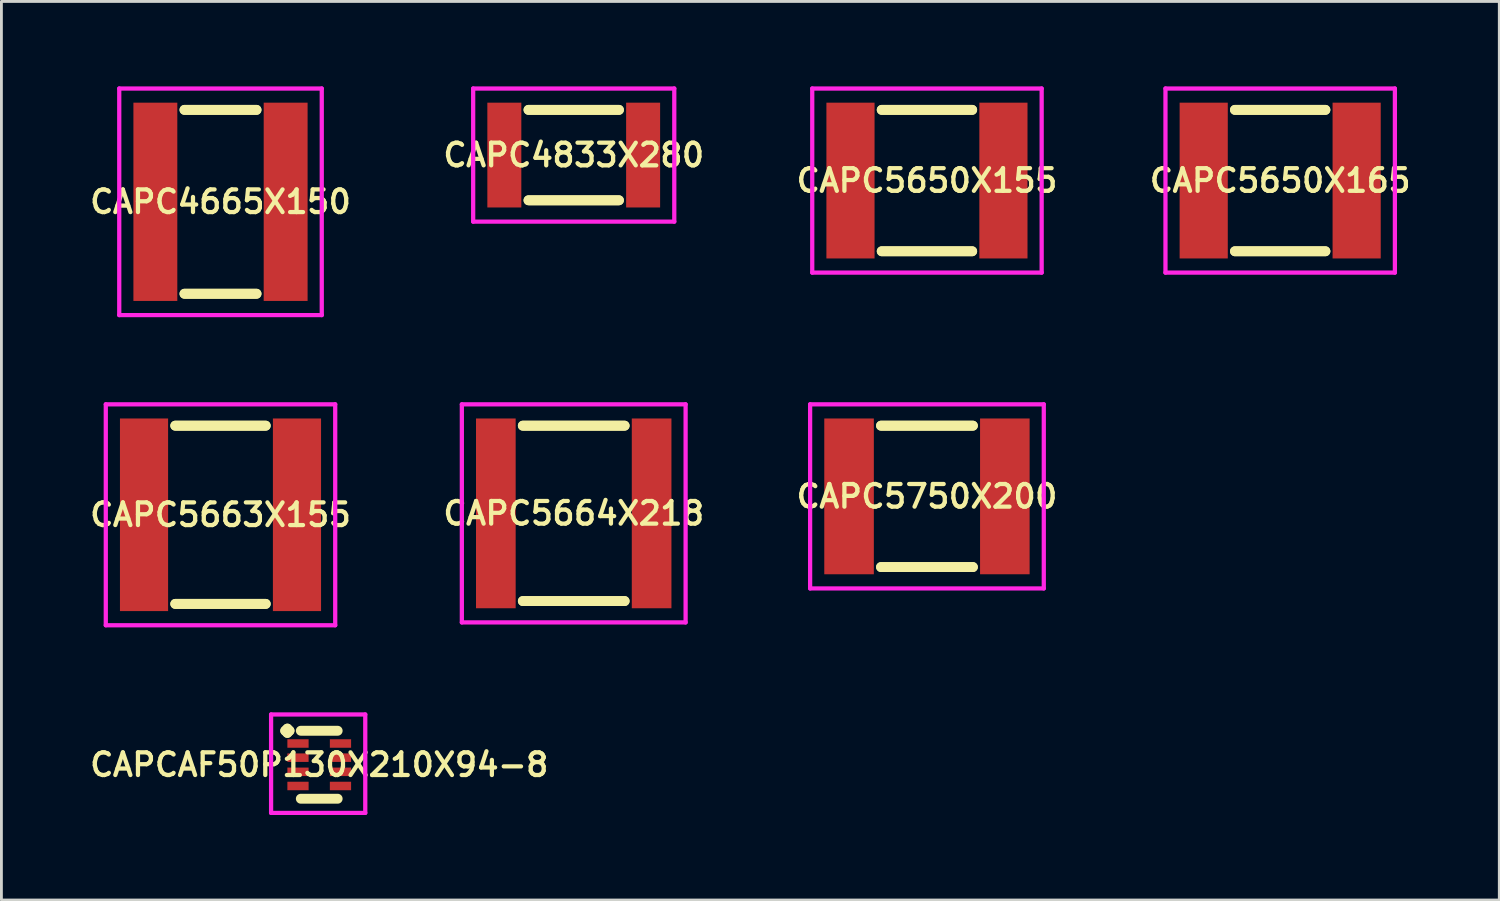
<source format=kicad_pcb>
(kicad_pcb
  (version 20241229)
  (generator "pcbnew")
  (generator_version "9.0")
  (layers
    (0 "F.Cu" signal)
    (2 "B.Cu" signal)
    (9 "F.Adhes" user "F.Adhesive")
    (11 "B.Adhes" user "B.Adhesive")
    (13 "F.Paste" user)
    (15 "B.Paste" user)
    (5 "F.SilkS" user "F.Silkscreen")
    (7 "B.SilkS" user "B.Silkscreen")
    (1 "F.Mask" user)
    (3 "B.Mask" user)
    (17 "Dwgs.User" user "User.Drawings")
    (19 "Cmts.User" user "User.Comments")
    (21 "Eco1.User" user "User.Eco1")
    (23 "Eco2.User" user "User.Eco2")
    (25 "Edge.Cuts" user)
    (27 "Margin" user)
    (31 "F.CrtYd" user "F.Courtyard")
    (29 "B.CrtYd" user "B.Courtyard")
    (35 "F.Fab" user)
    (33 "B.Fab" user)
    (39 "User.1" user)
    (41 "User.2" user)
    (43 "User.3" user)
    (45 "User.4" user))
  (footprint "CAPC5650X165"
    (layer "F.Cu")
    (at 42.148 3.325)
    (property "Reference" "CAPC5650X165" (at 0 0 0) (layer "F.SilkS") (effects (font (size 0.8 0.8) (thickness 0.15))))
    (attr through_hole)
    (fp_line (start -1.596 -2.496) (end 1.596 -2.496) (stroke (width 0.35) (type solid)) (layer "F.SilkS"))
    (fp_line (start -1.596 2.496) (end 1.596 2.496) (stroke (width 0.35) (type solid)) (layer "F.SilkS"))
    (fp_line (start 1.596 -2.496) (end -1.596 -2.496) (stroke (width 0.35) (type solid)) (layer "F.SilkS"))
    (fp_line (start 1.596 2.496) (end -1.596 2.496) (stroke (width 0.35) (type solid)) (layer "F.SilkS"))
    (fp_line (start -4.05 -3.25) (end 4.05 -3.25) (stroke (width 0.15) (type solid)) (layer "F.CrtYd"))
    (fp_line (start -4.05 3.25) (end -4.05 -3.25) (stroke (width 0.15) (type solid)) (layer "F.CrtYd"))
    (fp_line (start 4.05 -3.25) (end 4.05 3.25) (stroke (width 0.15) (type solid)) (layer "F.CrtYd"))
    (fp_line (start 4.05 3.25) (end -4.05 3.25) (stroke (width 0.15) (type solid)) (layer "F.CrtYd"))
    (pad "1" smd rect (at -2.7 0) (size 1.7 5.5) (layers "F.Cu" "F.Mask" "F.Paste"))
    (pad "2" smd rect (at 2.7 0) (size 1.7 5.5) (layers "F.Cu" "F.Mask" "F.Paste")))
  (footprint "CAPC5650X155"
    (layer "F.Cu")
    (at 29.677 3.325)
    (property "Reference" "CAPC5650X155" (at 0 0 0) (layer "F.SilkS") (effects (font (size 0.8 0.8) (thickness 0.15))))
    (attr smd)
    (fp_line (start -1.596 -2.496) (end 1.596 -2.496) (stroke (width 0.35) (type solid)) (layer "F.SilkS"))
    (fp_line (start -1.596 2.496) (end 1.596 2.496) (stroke (width 0.35) (type solid)) (layer "F.SilkS"))
    (fp_line (start 1.596 -2.496) (end -1.596 -2.496) (stroke (width 0.35) (type solid)) (layer "F.SilkS"))
    (fp_line (start 1.596 2.496) (end -1.596 2.496) (stroke (width 0.35) (type solid)) (layer "F.SilkS"))
    (fp_line (start -4.05 -3.25) (end 4.05 -3.25) (stroke (width 0.15) (type solid)) (layer "F.CrtYd"))
    (fp_line (start -4.05 3.25) (end -4.05 -3.25) (stroke (width 0.15) (type solid)) (layer "F.CrtYd"))
    (fp_line (start 4.05 -3.25) (end 4.05 3.25) (stroke (width 0.15) (type solid)) (layer "F.CrtYd"))
    (fp_line (start 4.05 3.25) (end -4.05 3.25) (stroke (width 0.15) (type solid)) (layer "F.CrtYd"))
    (pad "1" smd rect (at -2.7 0) (size 1.7 5.5) (layers "F.Cu" "F.Mask" "F.Paste"))
    (pad "2" smd rect (at 2.7 0) (size 1.7 5.5) (layers "F.Cu" "F.Mask" "F.Paste")))
  (footprint "CAPC5663X155"
    (layer "F.Cu")
    (at 4.735 15.125)
    (property "Reference" "CAPC5663X155" (at 0 0 0) (layer "F.SilkS") (effects (font (size 0.8 0.8) (thickness 0.15))))
    (attr smd)
    (fp_line (start -1.596 -3.146) (end 1.596 -3.146) (stroke (width 0.35) (type solid)) (layer "F.SilkS"))
    (fp_line (start -1.596 3.146) (end 1.596 3.146) (stroke (width 0.35) (type solid)) (layer "F.SilkS"))
    (fp_line (start 1.596 -3.146) (end -1.596 -3.146) (stroke (width 0.35) (type solid)) (layer "F.SilkS"))
    (fp_line (start 1.596 3.146) (end -1.596 3.146) (stroke (width 0.35) (type solid)) (layer "F.SilkS"))
    (fp_line (start -4.05 -3.9) (end 4.05 -3.9) (stroke (width 0.15) (type solid)) (layer "F.CrtYd"))
    (fp_line (start -4.05 3.9) (end -4.05 -3.9) (stroke (width 0.15) (type solid)) (layer "F.CrtYd"))
    (fp_line (start 4.05 -3.9) (end 4.05 3.9) (stroke (width 0.15) (type solid)) (layer "F.CrtYd"))
    (fp_line (start 4.05 3.9) (end -4.05 3.9) (stroke (width 0.15) (type solid)) (layer "F.CrtYd"))
    (pad "1" smd rect (at -2.7 0) (size 1.7 6.8) (layers "F.Cu" "F.Mask" "F.Paste"))
    (pad "2" smd rect (at 2.7 0) (size 1.7 6.8) (layers "F.Cu" "F.Mask" "F.Paste")))
  (footprint "CAPC5664X218"
    (layer "F.Cu")
    (at 17.206 15.075)
    (property "Reference" "CAPC5664X218" (at 0 0 0) (layer "F.SilkS") (effects (font (size 0.8 0.8) (thickness 0.15))))
    (attr through_hole)
    (fp_line (start -1.796 -3.096) (end 1.796 -3.096) (stroke (width 0.35) (type solid)) (layer "F.SilkS"))
    (fp_line (start -1.796 3.096) (end 1.796 3.096) (stroke (width 0.35) (type solid)) (layer "F.SilkS"))
    (fp_line (start 1.796 -3.096) (end -1.796 -3.096) (stroke (width 0.35) (type solid)) (layer "F.SilkS"))
    (fp_line (start 1.796 3.096) (end -1.796 3.096) (stroke (width 0.35) (type solid)) (layer "F.SilkS"))
    (fp_line (start -3.95 -3.85) (end 3.95 -3.85) (stroke (width 0.15) (type solid)) (layer "F.CrtYd"))
    (fp_line (start -3.95 3.85) (end -3.95 -3.85) (stroke (width 0.15) (type solid)) (layer "F.CrtYd"))
    (fp_line (start 3.95 -3.85) (end 3.95 3.85) (stroke (width 0.15) (type solid)) (layer "F.CrtYd"))
    (fp_line (start 3.95 3.85) (end -3.95 3.85) (stroke (width 0.15) (type solid)) (layer "F.CrtYd"))
    (pad "1" smd rect (at -2.75 0) (size 1.4 6.7) (layers "F.Cu" "F.Mask" "F.Paste"))
    (pad "2" smd rect (at 2.75 0) (size 1.4 6.7) (layers "F.Cu" "F.Mask" "F.Paste")))
  (footprint "CAPC4665X150"
    (layer "F.Cu")
    (at 4.735 4.075)
    (property "Reference" "CAPC4665X150" (at 0 0 0) (layer "F.SilkS") (effects (font (size 0.8 0.8) (thickness 0.15))))
    (attr smd)
    (fp_line (start -1.271 -3.246) (end 1.271 -3.246) (stroke (width 0.35) (type solid)) (layer "F.SilkS"))
    (fp_line (start -1.271 3.246) (end 1.271 3.246) (stroke (width 0.35) (type solid)) (layer "F.SilkS"))
    (fp_line (start 1.271 -3.246) (end -1.271 -3.246) (stroke (width 0.35) (type solid)) (layer "F.SilkS"))
    (fp_line (start 1.271 3.246) (end -1.271 3.246) (stroke (width 0.35) (type solid)) (layer "F.SilkS"))
    (fp_line (start -3.575 -4) (end 3.575 -4) (stroke (width 0.15) (type solid)) (layer "F.CrtYd"))
    (fp_line (start -3.575 4) (end -3.575 -4) (stroke (width 0.15) (type solid)) (layer "F.CrtYd"))
    (fp_line (start 3.575 -4) (end 3.575 4) (stroke (width 0.15) (type solid)) (layer "F.CrtYd"))
    (fp_line (start 3.575 4) (end -3.575 4) (stroke (width 0.15) (type solid)) (layer "F.CrtYd"))
    (pad "1" smd rect (at -2.3 0) (size 1.55 7) (layers "F.Cu" "F.Mask" "F.Paste"))
    (pad "2" smd rect (at 2.3 0) (size 1.55 7) (layers "F.Cu" "F.Mask" "F.Paste")))
  (footprint "CAPCAF50P130X210X94-8"
    (layer "F.Cu")
    (at 8.221 23.95)
    (property "Reference" "CAPCAF50P130X210X94-8" (at 0 0 0) (layer "F.SilkS") (effects (font (size 0.8 0.8) (thickness 0.15))))
    (attr smd)
    (fp_line (start -1.2 -1.2) (end -1.125 -1.275) (stroke (width 0.35) (type solid)) (layer "F.SilkS"))
    (fp_line (start -1.125 -1.275) (end -1.05 -1.2) (stroke (width 0.35) (type solid)) (layer "F.SilkS"))
    (fp_line (start -1.125 -1.125) (end -1.2 -1.2) (stroke (width 0.35) (type solid)) (layer "F.SilkS"))
    (fp_line (start -1.05 -1.2) (end -1.125 -1.125) (stroke (width 0.35) (type solid)) (layer "F.SilkS"))
    (fp_line (start -0.65 -1.2) (end 0.65 -1.2) (stroke (width 0.35) (type solid)) (layer "F.SilkS"))
    (fp_line (start -0.65 1.2) (end 0.65 1.2) (stroke (width 0.35) (type solid)) (layer "F.SilkS"))
    (fp_line (start -1.7 -1.775) (end 1.625 -1.775) (stroke (width 0.15) (type solid)) (layer "F.CrtYd"))
    (fp_line (start -1.7 1.7) (end -1.7 -1.775) (stroke (width 0.15) (type solid)) (layer "F.CrtYd"))
    (fp_line (start 1.625 -1.775) (end 1.625 1.7) (stroke (width 0.15) (type solid)) (layer "F.CrtYd"))
    (fp_line (start 1.625 1.7) (end -1.7 1.7) (stroke (width 0.15) (type solid)) (layer "F.CrtYd"))
    (pad "1" smd rect (at -0.75 -0.75) (size 0.75 0.3) (layers "F.Cu" "F.Mask" "F.Paste"))
    (pad "2" smd rect (at -0.75 -0.25) (size 0.75 0.3) (layers "F.Cu" "F.Mask" "F.Paste"))
    (pad "3" smd rect (at -0.75 0.25) (size 0.75 0.3) (layers "F.Cu" "F.Mask" "F.Paste"))
    (pad "4" smd rect (at -0.75 0.75) (size 0.75 0.3) (layers "F.Cu" "F.Mask" "F.Paste"))
    (pad "5" smd rect (at 0.75 0.75) (size 0.75 0.3) (layers "F.Cu" "F.Mask" "F.Paste"))
    (pad "6" smd rect (at 0.75 0.25) (size 0.75 0.3) (layers "F.Cu" "F.Mask" "F.Paste"))
    (pad "7" smd rect (at 0.75 -0.25) (size 0.75 0.3) (layers "F.Cu" "F.Mask" "F.Paste"))
    (pad "8" smd rect (at 0.75 -0.75) (size 0.75 0.3) (layers "F.Cu" "F.Mask" "F.Paste")))
  (footprint "CAPC4833X280"
    (layer "F.Cu")
    (at 17.206 2.425)
    (property "Reference" "CAPC4833X280" (at 0 0 0) (layer "F.SilkS") (effects (font (size 0.8 0.8) (thickness 0.15))))
    (attr through_hole)
    (fp_line (start -1.596 -1.596) (end 1.596 -1.596) (stroke (width 0.35) (type solid)) (layer "F.SilkS"))
    (fp_line (start -1.596 1.596) (end 1.596 1.596) (stroke (width 0.35) (type solid)) (layer "F.SilkS"))
    (fp_line (start 1.596 -1.596) (end -1.596 -1.596) (stroke (width 0.35) (type solid)) (layer "F.SilkS"))
    (fp_line (start 1.596 1.596) (end -1.596 1.596) (stroke (width 0.35) (type solid)) (layer "F.SilkS"))
    (fp_line (start -3.55 -2.35) (end 3.55 -2.35) (stroke (width 0.15) (type solid)) (layer "F.CrtYd"))
    (fp_line (start -3.55 2.35) (end -3.55 -2.35) (stroke (width 0.15) (type solid)) (layer "F.CrtYd"))
    (fp_line (start 3.55 -2.35) (end 3.55 2.35) (stroke (width 0.15) (type solid)) (layer "F.CrtYd"))
    (fp_line (start 3.55 2.35) (end -3.55 2.35) (stroke (width 0.15) (type solid)) (layer "F.CrtYd"))
    (pad "1" smd rect (at -2.45 0) (size 1.2 3.7) (layers "F.Cu" "F.Mask" "F.Paste"))
    (pad "2" smd rect (at 2.45 0) (size 1.2 3.7) (layers "F.Cu" "F.Mask" "F.Paste")))
  (footprint "CAPC5750X200"
    (layer "F.Cu")
    (at 29.677 14.475)
    (property "Reference" "CAPC5750X200" (at 0 0 0) (layer "F.SilkS") (effects (font (size 0.8 0.8) (thickness 0.15))))
    (attr smd)
    (fp_line (start -1.621 -2.496) (end 1.621 -2.496) (stroke (width 0.35) (type solid)) (layer "F.SilkS"))
    (fp_line (start -1.621 2.496) (end 1.621 2.496) (stroke (width 0.35) (type solid)) (layer "F.SilkS"))
    (fp_line (start 1.621 -2.496) (end -1.621 -2.496) (stroke (width 0.35) (type solid)) (layer "F.SilkS"))
    (fp_line (start 1.621 2.496) (end -1.621 2.496) (stroke (width 0.35) (type solid)) (layer "F.SilkS"))
    (fp_line (start -4.125 -3.25) (end 4.125 -3.25) (stroke (width 0.15) (type solid)) (layer "F.CrtYd"))
    (fp_line (start -4.125 3.25) (end -4.125 -3.25) (stroke (width 0.15) (type solid)) (layer "F.CrtYd"))
    (fp_line (start 4.125 -3.25) (end 4.125 3.25) (stroke (width 0.15) (type solid)) (layer "F.CrtYd"))
    (fp_line (start 4.125 3.25) (end -4.125 3.25) (stroke (width 0.15) (type solid)) (layer "F.CrtYd"))
    (pad "1" smd rect (at -2.75 0) (size 1.75 5.5) (layers "F.Cu" "F.Mask" "F.Paste"))
    (pad "2" smd rect (at 2.75 0) (size 1.75 5.5) (layers "F.Cu" "F.Mask" "F.Paste")))
  (gr_rect
    (start -3 -3)
    (end 49.884 28.725)
    (stroke (width 0.1) (type default))
    (fill no)
    (layer "Edge.Cuts")))
</source>
